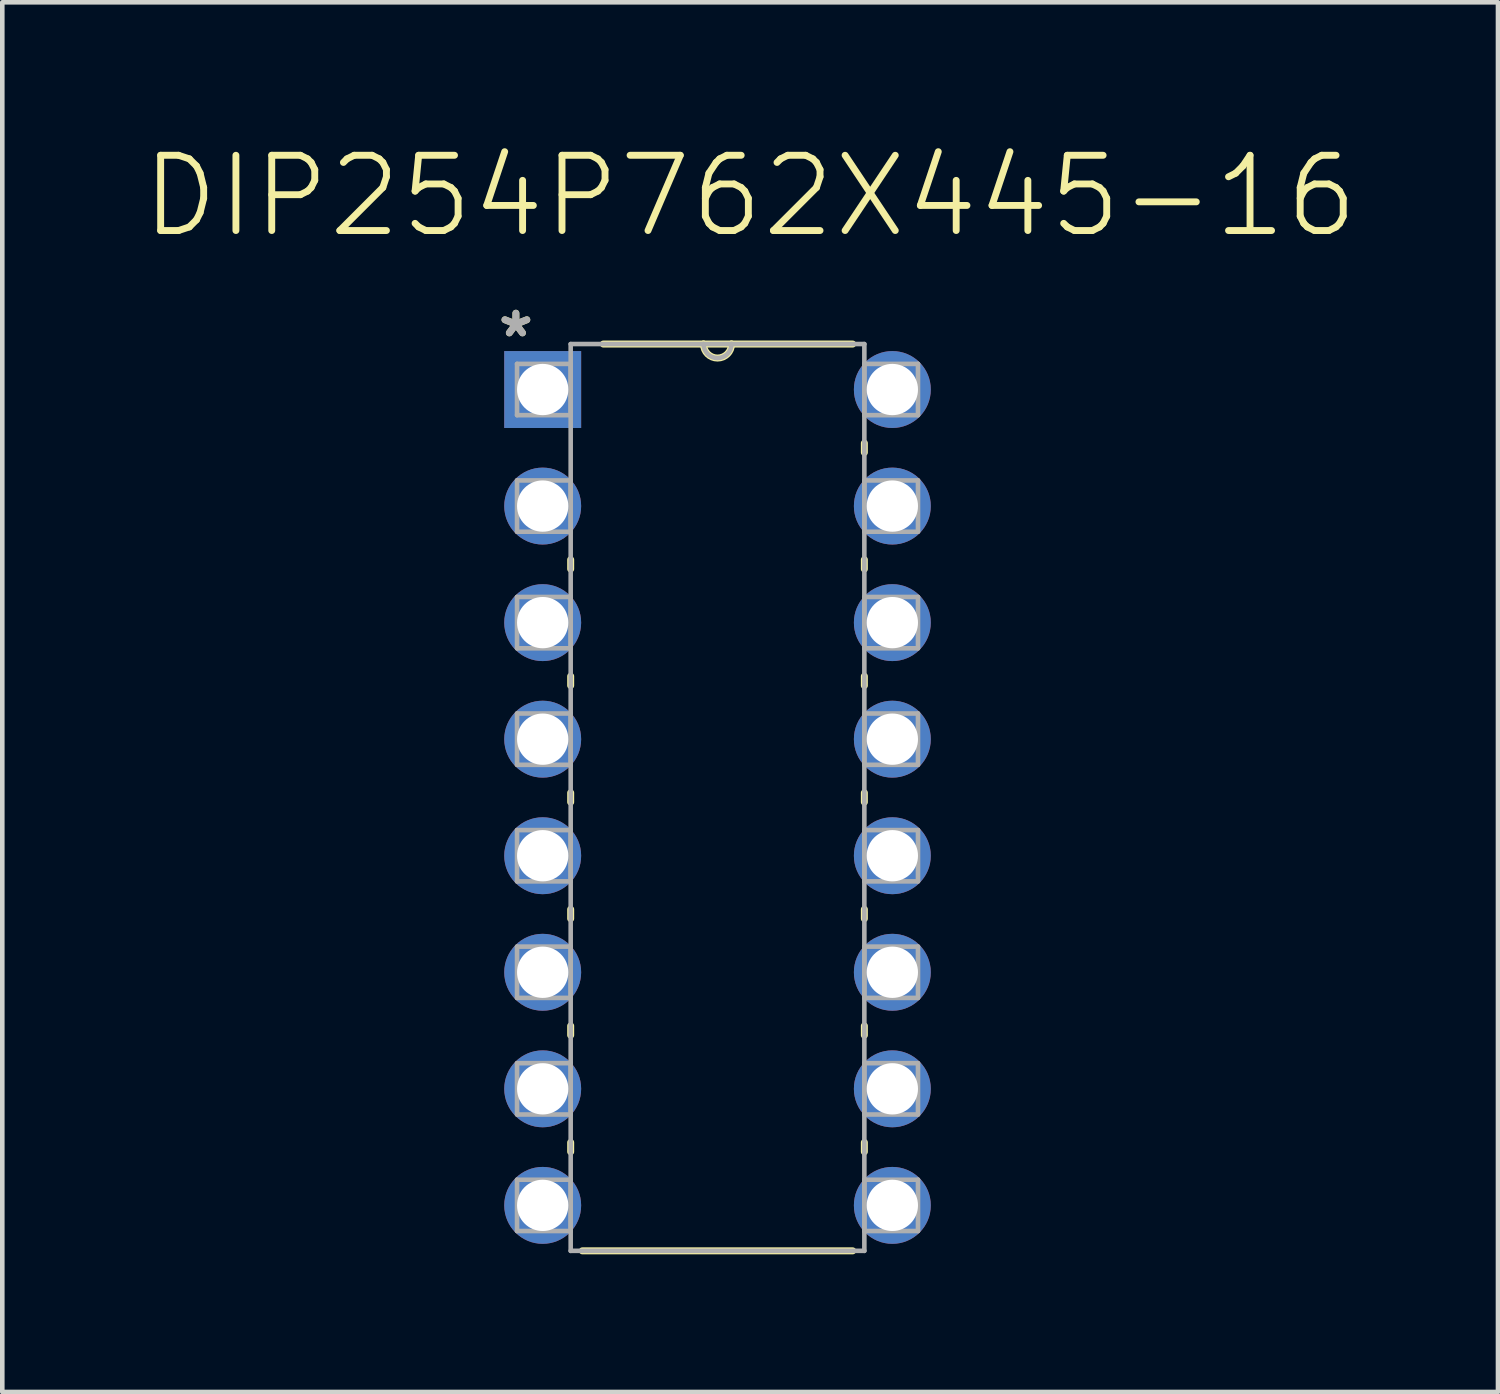
<source format=kicad_pcb>
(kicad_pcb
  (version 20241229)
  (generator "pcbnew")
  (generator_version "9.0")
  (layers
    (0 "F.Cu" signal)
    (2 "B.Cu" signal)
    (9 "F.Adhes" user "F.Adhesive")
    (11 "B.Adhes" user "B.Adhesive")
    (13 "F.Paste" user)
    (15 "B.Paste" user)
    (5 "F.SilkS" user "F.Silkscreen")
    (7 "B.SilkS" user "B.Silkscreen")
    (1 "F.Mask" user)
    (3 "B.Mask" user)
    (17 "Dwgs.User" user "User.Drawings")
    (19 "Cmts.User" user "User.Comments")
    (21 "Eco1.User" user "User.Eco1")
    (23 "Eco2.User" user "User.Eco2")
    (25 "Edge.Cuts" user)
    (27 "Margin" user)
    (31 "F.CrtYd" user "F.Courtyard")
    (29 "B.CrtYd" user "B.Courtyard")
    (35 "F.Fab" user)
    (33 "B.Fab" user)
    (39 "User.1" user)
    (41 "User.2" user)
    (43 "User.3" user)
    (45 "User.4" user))
  (footprint "DIP254P762X445-16"
    (layer "F.Cu")
    (at 16.397 23.219)
    (property "Reference" "DIP254P762X445-16" (at -3.099 -21.996 0) (layer "F.SilkS") (effects (font (size 1.64 1.64) (thickness 0.15))))
    (attr through_hole)
    (fp_line (start -7.01 -14.072) (end -7.01 -13.868) (stroke (width 0.152) (type solid)) (layer "F.SilkS"))
    (fp_line (start -7.01 -11.532) (end -7.01 -11.328) (stroke (width 0.152) (type solid)) (layer "F.SilkS"))
    (fp_line (start -7.01 -8.992) (end -7.01 -8.788) (stroke (width 0.152) (type solid)) (layer "F.SilkS"))
    (fp_line (start -7.01 -6.452) (end -7.01 -6.248) (stroke (width 0.152) (type solid)) (layer "F.SilkS"))
    (fp_line (start -7.01 -3.912) (end -7.01 -3.708) (stroke (width 0.152) (type solid)) (layer "F.SilkS"))
    (fp_line (start -7.01 -1.372) (end -7.01 -1.168) (stroke (width 0.152) (type solid)) (layer "F.SilkS"))
    (fp_line (start -6.756 0.991) (end -0.864 0.991) (stroke (width 0.152) (type solid)) (layer "F.SilkS"))
    (fp_line (start -4.115 -18.771) (end -6.299 -18.771) (stroke (width 0.152) (type solid)) (layer "F.SilkS"))
    (fp_line (start -3.505 -18.771) (end -4.115 -18.771) (stroke (width 0.152) (type solid)) (layer "F.SilkS"))
    (fp_line (start -0.864 -18.771) (end -3.505 -18.771) (stroke (width 0.152) (type solid)) (layer "F.SilkS"))
    (fp_line (start -0.61 -16.408) (end -0.61 -16.612) (stroke (width 0.152) (type solid)) (layer "F.SilkS"))
    (fp_line (start -0.61 -13.868) (end -0.61 -14.072) (stroke (width 0.152) (type solid)) (layer "F.SilkS"))
    (fp_line (start -0.61 -11.328) (end -0.61 -11.532) (stroke (width 0.152) (type solid)) (layer "F.SilkS"))
    (fp_line (start -0.61 -8.788) (end -0.61 -8.992) (stroke (width 0.152) (type solid)) (layer "F.SilkS"))
    (fp_line (start -0.61 -6.248) (end -0.61 -6.452) (stroke (width 0.152) (type solid)) (layer "F.SilkS"))
    (fp_line (start -0.61 -3.708) (end -0.61 -3.912) (stroke (width 0.152) (type solid)) (layer "F.SilkS"))
    (fp_line (start -0.61 -1.168) (end -0.61 -1.372) (stroke (width 0.152) (type solid)) (layer "F.SilkS"))
    (fp_arc (start -3.5052 -18.7706) (mid -3.81 -18.4658) (end -4.1148 -18.7706) (stroke (width 0.1524) (type solid)) (layer "F.SilkS"))
    (fp_line (start -8.179 -18.339) (end -8.179 -17.221) (stroke (width 0.1) (type solid)) (layer "F.Fab"))
    (fp_line (start -8.179 -17.221) (end -7.01 -17.221) (stroke (width 0.1) (type solid)) (layer "F.Fab"))
    (fp_line (start -8.179 -15.799) (end -8.179 -14.681) (stroke (width 0.1) (type solid)) (layer "F.Fab"))
    (fp_line (start -8.179 -14.681) (end -7.01 -14.681) (stroke (width 0.1) (type solid)) (layer "F.Fab"))
    (fp_line (start -8.179 -13.259) (end -8.179 -12.141) (stroke (width 0.1) (type solid)) (layer "F.Fab"))
    (fp_line (start -8.179 -12.141) (end -7.01 -12.141) (stroke (width 0.1) (type solid)) (layer "F.Fab"))
    (fp_line (start -8.179 -10.719) (end -8.179 -9.601) (stroke (width 0.1) (type solid)) (layer "F.Fab"))
    (fp_line (start -8.179 -9.601) (end -7.01 -9.601) (stroke (width 0.1) (type solid)) (layer "F.Fab"))
    (fp_line (start -8.179 -8.179) (end -8.179 -7.061) (stroke (width 0.1) (type solid)) (layer "F.Fab"))
    (fp_line (start -8.179 -7.061) (end -7.01 -7.061) (stroke (width 0.1) (type solid)) (layer "F.Fab"))
    (fp_line (start -8.179 -5.639) (end -8.179 -4.521) (stroke (width 0.1) (type solid)) (layer "F.Fab"))
    (fp_line (start -8.179 -4.521) (end -7.01 -4.521) (stroke (width 0.1) (type solid)) (layer "F.Fab"))
    (fp_line (start -8.179 -3.099) (end -8.179 -1.981) (stroke (width 0.1) (type solid)) (layer "F.Fab"))
    (fp_line (start -8.179 -1.981) (end -7.01 -1.981) (stroke (width 0.1) (type solid)) (layer "F.Fab"))
    (fp_line (start -8.179 -0.559) (end -8.179 0.559) (stroke (width 0.1) (type solid)) (layer "F.Fab"))
    (fp_line (start -8.179 0.559) (end -7.01 0.559) (stroke (width 0.1) (type solid)) (layer "F.Fab"))
    (fp_line (start -7.01 -18.771) (end -7.01 0.991) (stroke (width 0.1) (type solid)) (layer "F.Fab"))
    (fp_line (start -7.01 -18.339) (end -8.179 -18.339) (stroke (width 0.1) (type solid)) (layer "F.Fab"))
    (fp_line (start -7.01 -17.221) (end -7.01 -18.339) (stroke (width 0.1) (type solid)) (layer "F.Fab"))
    (fp_line (start -7.01 -15.799) (end -8.179 -15.799) (stroke (width 0.1) (type solid)) (layer "F.Fab"))
    (fp_line (start -7.01 -14.681) (end -7.01 -15.799) (stroke (width 0.1) (type solid)) (layer "F.Fab"))
    (fp_line (start -7.01 -13.259) (end -8.179 -13.259) (stroke (width 0.1) (type solid)) (layer "F.Fab"))
    (fp_line (start -7.01 -12.141) (end -7.01 -13.259) (stroke (width 0.1) (type solid)) (layer "F.Fab"))
    (fp_line (start -7.01 -10.719) (end -8.179 -10.719) (stroke (width 0.1) (type solid)) (layer "F.Fab"))
    (fp_line (start -7.01 -9.601) (end -7.01 -10.719) (stroke (width 0.1) (type solid)) (layer "F.Fab"))
    (fp_line (start -7.01 -8.179) (end -8.179 -8.179) (stroke (width 0.1) (type solid)) (layer "F.Fab"))
    (fp_line (start -7.01 -7.061) (end -7.01 -8.179) (stroke (width 0.1) (type solid)) (layer "F.Fab"))
    (fp_line (start -7.01 -5.639) (end -8.179 -5.639) (stroke (width 0.1) (type solid)) (layer "F.Fab"))
    (fp_line (start -7.01 -4.521) (end -7.01 -5.639) (stroke (width 0.1) (type solid)) (layer "F.Fab"))
    (fp_line (start -7.01 -3.099) (end -8.179 -3.099) (stroke (width 0.1) (type solid)) (layer "F.Fab"))
    (fp_line (start -7.01 -1.981) (end -7.01 -3.099) (stroke (width 0.1) (type solid)) (layer "F.Fab"))
    (fp_line (start -7.01 -0.559) (end -8.179 -0.559) (stroke (width 0.1) (type solid)) (layer "F.Fab"))
    (fp_line (start -7.01 0.559) (end -7.01 -0.559) (stroke (width 0.1) (type solid)) (layer "F.Fab"))
    (fp_line (start -7.01 0.991) (end -0.61 0.991) (stroke (width 0.1) (type solid)) (layer "F.Fab"))
    (fp_line (start -4.115 -18.771) (end -7.01 -18.771) (stroke (width 0.1) (type solid)) (layer "F.Fab"))
    (fp_line (start -3.505 -18.771) (end -4.115 -18.771) (stroke (width 0.1) (type solid)) (layer "F.Fab"))
    (fp_line (start -0.61 -18.771) (end -3.505 -18.771) (stroke (width 0.1) (type solid)) (layer "F.Fab"))
    (fp_line (start -0.61 -18.339) (end -0.61 -17.221) (stroke (width 0.1) (type solid)) (layer "F.Fab"))
    (fp_line (start -0.61 -17.221) (end 0.559 -17.221) (stroke (width 0.1) (type solid)) (layer "F.Fab"))
    (fp_line (start -0.61 -15.799) (end -0.61 -14.681) (stroke (width 0.1) (type solid)) (layer "F.Fab"))
    (fp_line (start -0.61 -14.681) (end 0.559 -14.681) (stroke (width 0.1) (type solid)) (layer "F.Fab"))
    (fp_line (start -0.61 -13.259) (end -0.61 -12.141) (stroke (width 0.1) (type solid)) (layer "F.Fab"))
    (fp_line (start -0.61 -12.141) (end 0.559 -12.141) (stroke (width 0.1) (type solid)) (layer "F.Fab"))
    (fp_line (start -0.61 -10.719) (end -0.61 -9.601) (stroke (width 0.1) (type solid)) (layer "F.Fab"))
    (fp_line (start -0.61 -9.601) (end 0.559 -9.601) (stroke (width 0.1) (type solid)) (layer "F.Fab"))
    (fp_line (start -0.61 -8.179) (end -0.61 -7.061) (stroke (width 0.1) (type solid)) (layer "F.Fab"))
    (fp_line (start -0.61 -7.061) (end 0.559 -7.061) (stroke (width 0.1) (type solid)) (layer "F.Fab"))
    (fp_line (start -0.61 -5.639) (end -0.61 -4.521) (stroke (width 0.1) (type solid)) (layer "F.Fab"))
    (fp_line (start -0.61 -4.521) (end 0.559 -4.521) (stroke (width 0.1) (type solid)) (layer "F.Fab"))
    (fp_line (start -0.61 -3.099) (end -0.61 -1.981) (stroke (width 0.1) (type solid)) (layer "F.Fab"))
    (fp_line (start -0.61 -1.981) (end 0.559 -1.981) (stroke (width 0.1) (type solid)) (layer "F.Fab"))
    (fp_line (start -0.61 -0.559) (end -0.61 0.559) (stroke (width 0.1) (type solid)) (layer "F.Fab"))
    (fp_line (start -0.61 0.559) (end 0.559 0.559) (stroke (width 0.1) (type solid)) (layer "F.Fab"))
    (fp_line (start -0.61 0.991) (end -0.61 -18.771) (stroke (width 0.1) (type solid)) (layer "F.Fab"))
    (fp_line (start 0.559 -18.339) (end -0.61 -18.339) (stroke (width 0.1) (type solid)) (layer "F.Fab"))
    (fp_line (start 0.559 -17.221) (end 0.559 -18.339) (stroke (width 0.1) (type solid)) (layer "F.Fab"))
    (fp_line (start 0.559 -15.799) (end -0.61 -15.799) (stroke (width 0.1) (type solid)) (layer "F.Fab"))
    (fp_line (start 0.559 -14.681) (end 0.559 -15.799) (stroke (width 0.1) (type solid)) (layer "F.Fab"))
    (fp_line (start 0.559 -13.259) (end -0.61 -13.259) (stroke (width 0.1) (type solid)) (layer "F.Fab"))
    (fp_line (start 0.559 -12.141) (end 0.559 -13.259) (stroke (width 0.1) (type solid)) (layer "F.Fab"))
    (fp_line (start 0.559 -10.719) (end -0.61 -10.719) (stroke (width 0.1) (type solid)) (layer "F.Fab"))
    (fp_line (start 0.559 -9.601) (end 0.559 -10.719) (stroke (width 0.1) (type solid)) (layer "F.Fab"))
    (fp_line (start 0.559 -8.179) (end -0.61 -8.179) (stroke (width 0.1) (type solid)) (layer "F.Fab"))
    (fp_line (start 0.559 -7.061) (end 0.559 -8.179) (stroke (width 0.1) (type solid)) (layer "F.Fab"))
    (fp_line (start 0.559 -5.639) (end -0.61 -5.639) (stroke (width 0.1) (type solid)) (layer "F.Fab"))
    (fp_line (start 0.559 -4.521) (end 0.559 -5.639) (stroke (width 0.1) (type solid)) (layer "F.Fab"))
    (fp_line (start 0.559 -3.099) (end -0.61 -3.099) (stroke (width 0.1) (type solid)) (layer "F.Fab"))
    (fp_line (start 0.559 -1.981) (end 0.559 -3.099) (stroke (width 0.1) (type solid)) (layer "F.Fab"))
    (fp_line (start 0.559 -0.559) (end -0.61 -0.559) (stroke (width 0.1) (type solid)) (layer "F.Fab"))
    (fp_line (start 0.559 0.559) (end 0.559 -0.559) (stroke (width 0.1) (type solid)) (layer "F.Fab"))
    (fp_arc (start -3.5052 -18.7706) (mid -3.81 -18.4658) (end -4.1148 -18.7706) (stroke (width 0.1) (type solid)) (layer "F.Fab"))
    (fp_text user "*" (at -8.204 -18.898 0) (layer "F.SilkS") (effects (font (size 1 1) (thickness 0.15))))
    (fp_text user "*" (at -8.204 -18.898 0) (layer "F.Fab") (effects (font (size 1 1) (thickness 0.15))))
    (pad "1" thru_hole rect (at -7.62 -17.78) (size 1.676 1.676) (drill 1.118) (layers "*.Cu" "*.Mask"))
    (pad "2" thru_hole circle (at -7.62 -15.24) (size 1.676 1.676) (drill 1.118) (layers "*.Cu" "*.Mask"))
    (pad "3" thru_hole circle (at -7.62 -12.7) (size 1.676 1.676) (drill 1.118) (layers "*.Cu" "*.Mask"))
    (pad "4" thru_hole circle (at -7.62 -10.16) (size 1.676 1.676) (drill 1.118) (layers "*.Cu" "*.Mask"))
    (pad "5" thru_hole circle (at -7.62 -7.62) (size 1.676 1.676) (drill 1.118) (layers "*.Cu" "*.Mask"))
    (pad "6" thru_hole circle (at -7.62 -5.08) (size 1.676 1.676) (drill 1.118) (layers "*.Cu" "*.Mask"))
    (pad "7" thru_hole circle (at -7.62 -2.54) (size 1.676 1.676) (drill 1.118) (layers "*.Cu" "*.Mask"))
    (pad "8" thru_hole circle (at -7.62 0) (size 1.676 1.676) (drill 1.118) (layers "*.Cu" "*.Mask"))
    (pad "9" thru_hole circle (at 0 0) (size 1.676 1.676) (drill 1.118) (layers "*.Cu" "*.Mask"))
    (pad "10" thru_hole circle (at 0 -2.54) (size 1.676 1.676) (drill 1.118) (layers "*.Cu" "*.Mask"))
    (pad "11" thru_hole circle (at 0 -5.08) (size 1.676 1.676) (drill 1.118) (layers "*.Cu" "*.Mask"))
    (pad "12" thru_hole circle (at 0 -7.62) (size 1.676 1.676) (drill 1.118) (layers "*.Cu" "*.Mask"))
    (pad "13" thru_hole circle (at 0 -10.16) (size 1.676 1.676) (drill 1.118) (layers "*.Cu" "*.Mask"))
    (pad "14" thru_hole circle (at 0 -12.7) (size 1.676 1.676) (drill 1.118) (layers "*.Cu" "*.Mask"))
    (pad "15" thru_hole circle (at 0 -15.24) (size 1.676 1.676) (drill 1.118) (layers "*.Cu" "*.Mask"))
    (pad "16" thru_hole circle (at 0 -17.78) (size 1.676 1.676) (drill 1.118) (layers "*.Cu" "*.Mask")))
  (gr_rect
    (start -3 -3)
    (end 29.596 27.286)
    (stroke (width 0.1) (type default))
    (fill no)
    (layer "Edge.Cuts")))
</source>
